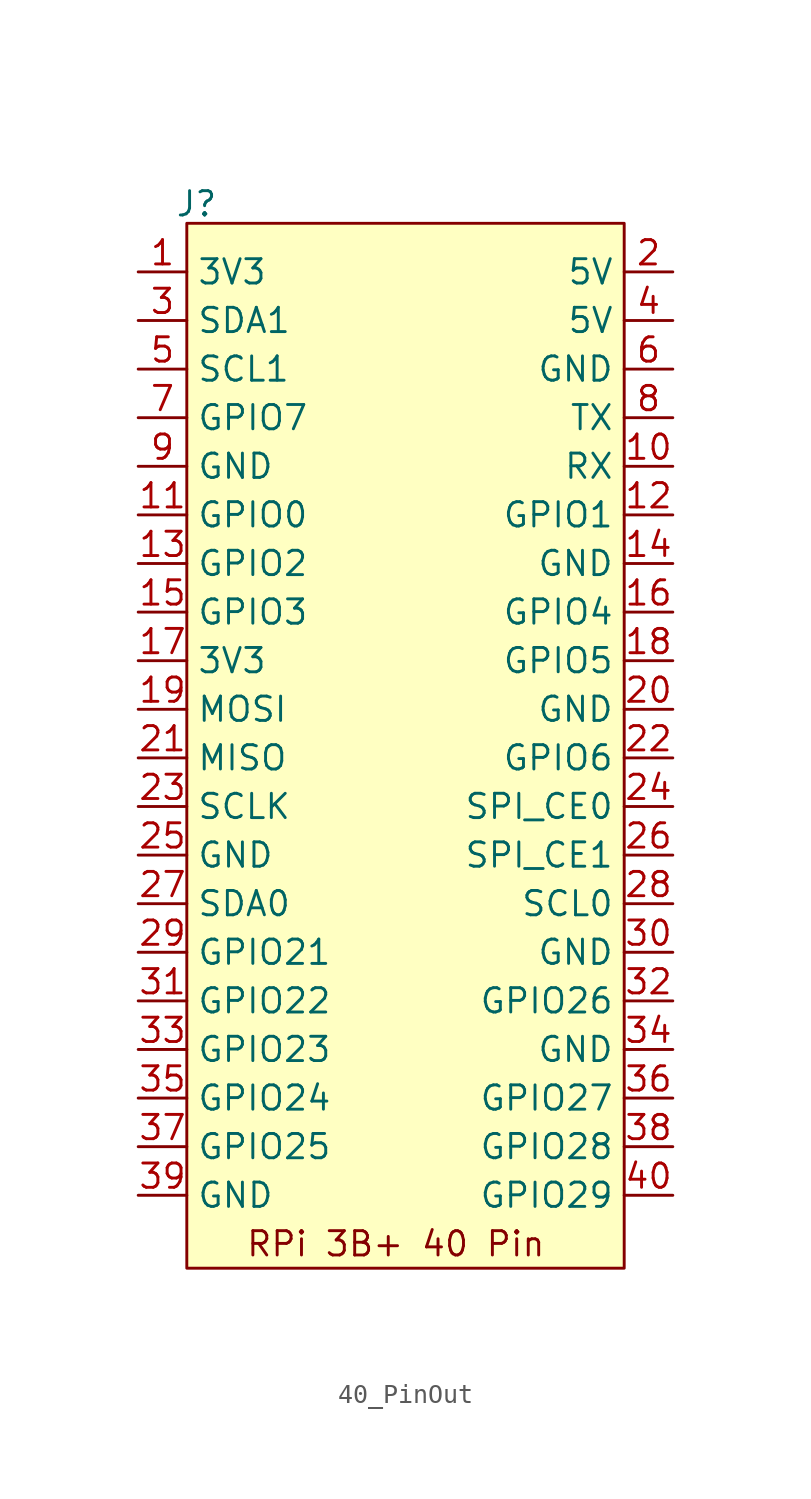
<source format=kicad_sym>
(kicad_symbol_lib
  (version 20241209)
  (generator "kicad_symbol_editor")
  (generator_version "9.0")
  (symbol "40_PinOut"
    (property "Reference" "J"
      (at -10.922 27.686 0)
      (effects (font (size 1.27 1.27))))
    (property "Value" ""
      (at 0 0 0)
      (effects (font (size 1.27 1.27))))
    (symbol "40_PinOut_1_1"
      (rectangle (start -11.43 26.67) (end 11.43 -27.94) (stroke (width 0) (type solid)) (fill (type background)))
      (text "RPi 3B+ 40 Pin" (at -0.508 -26.67 0) (effects (font (size 1.27 1.27))))
      (pin power_out line (at -13.97 24.13 0) (length 2.54) (name "3V3" (effects (font (size 1.27 1.27)))) (number "1" (effects (font (size 1.27 1.27)))))
      (pin bidirectional line (at -13.97 21.59 0) (length 2.54) (name "SDA1" (effects (font (size 1.27 1.27)))) (number "3" (effects (font (size 1.27 1.27)))))
      (pin bidirectional line (at -13.97 19.05 0) (length 2.54) (name "SCL1" (effects (font (size 1.27 1.27)))) (number "5" (effects (font (size 1.27 1.27)))))
      (pin bidirectional line (at -13.97 16.51 0) (length 2.54) (name "GPIO7" (effects (font (size 1.27 1.27)))) (number "7" (effects (font (size 1.27 1.27)))))
      (pin power_in line (at -13.97 13.97 0) (length 2.54) (name "GND" (effects (font (size 1.27 1.27)))) (number "9" (effects (font (size 1.27 1.27)))))
      (pin bidirectional line (at -13.97 11.43 0) (length 2.54) (name "GPIO0" (effects (font (size 1.27 1.27)))) (number "11" (effects (font (size 1.27 1.27)))))
      (pin bidirectional line (at -13.97 8.89 0) (length 2.54) (name "GPIO2" (effects (font (size 1.27 1.27)))) (number "13" (effects (font (size 1.27 1.27)))))
      (pin bidirectional line (at -13.97 6.35 0) (length 2.54) (name "GPIO3" (effects (font (size 1.27 1.27)))) (number "15" (effects (font (size 1.27 1.27)))))
      (pin power_out line (at -13.97 3.81 0) (length 2.54) (name "3V3" (effects (font (size 1.27 1.27)))) (number "17" (effects (font (size 1.27 1.27)))))
      (pin bidirectional line (at -13.97 1.27 0) (length 2.54) (name "MOSI" (effects (font (size 1.27 1.27)))) (number "19" (effects (font (size 1.27 1.27)))))
      (pin bidirectional line (at -13.97 -1.27 0) (length 2.54) (name "MISO" (effects (font (size 1.27 1.27)))) (number "21" (effects (font (size 1.27 1.27)))))
      (pin bidirectional line (at -13.97 -3.81 0) (length 2.54) (name "SCLK" (effects (font (size 1.27 1.27)))) (number "23" (effects (font (size 1.27 1.27)))))
      (pin power_in line (at -13.97 -6.35 0) (length 2.54) (name "GND" (effects (font (size 1.27 1.27)))) (number "25" (effects (font (size 1.27 1.27)))))
      (pin bidirectional line (at -13.97 -8.89 0) (length 2.54) (name "SDA0" (effects (font (size 1.27 1.27)))) (number "27" (effects (font (size 1.27 1.27)))))
      (pin bidirectional line (at -13.97 -11.43 0) (length 2.54) (name "GPIO21" (effects (font (size 1.27 1.27)))) (number "29" (effects (font (size 1.27 1.27)))))
      (pin bidirectional line (at -13.97 -13.97 0) (length 2.54) (name "GPIO22" (effects (font (size 1.27 1.27)))) (number "31" (effects (font (size 1.27 1.27)))))
      (pin bidirectional line (at -13.97 -16.51 0) (length 2.54) (name "GPIO23" (effects (font (size 1.27 1.27)))) (number "33" (effects (font (size 1.27 1.27)))))
      (pin bidirectional line (at -13.97 -19.05 0) (length 2.54) (name "GPIO24" (effects (font (size 1.27 1.27)))) (number "35" (effects (font (size 1.27 1.27)))))
      (pin bidirectional line (at -13.97 -21.59 0) (length 2.54) (name "GPIO25" (effects (font (size 1.27 1.27)))) (number "37" (effects (font (size 1.27 1.27)))))
      (pin power_in line (at -13.97 -24.13 0) (length 2.54) (name "GND" (effects (font (size 1.27 1.27)))) (number "39" (effects (font (size 1.27 1.27)))))
      (pin power_out line (at 13.97 24.13 180) (length 2.54) (name "5V" (effects (font (size 1.27 1.27)))) (number "2" (effects (font (size 1.27 1.27)))))
      (pin power_out line (at 13.97 21.59 180) (length 2.54) (name "5V" (effects (font (size 1.27 1.27)))) (number "4" (effects (font (size 1.27 1.27)))))
      (pin power_in line (at 13.97 19.05 180) (length 2.54) (name "GND" (effects (font (size 1.27 1.27)))) (number "6" (effects (font (size 1.27 1.27)))))
      (pin bidirectional line (at 13.97 16.51 180) (length 2.54) (name "TX" (effects (font (size 1.27 1.27)))) (number "8" (effects (font (size 1.27 1.27)))))
      (pin bidirectional line (at 13.97 13.97 180) (length 2.54) (name "RX" (effects (font (size 1.27 1.27)))) (number "10" (effects (font (size 1.27 1.27)))))
      (pin bidirectional line (at 13.97 11.43 180) (length 2.54) (name "GPIO1" (effects (font (size 1.27 1.27)))) (number "12" (effects (font (size 1.27 1.27)))))
      (pin power_in line (at 13.97 8.89 180) (length 2.54) (name "GND" (effects (font (size 1.27 1.27)))) (number "14" (effects (font (size 1.27 1.27)))))
      (pin bidirectional line (at 13.97 6.35 180) (length 2.54) (name "GPIO4" (effects (font (size 1.27 1.27)))) (number "16" (effects (font (size 1.27 1.27)))))
      (pin bidirectional line (at 13.97 3.81 180) (length 2.54) (name "GPIO5" (effects (font (size 1.27 1.27)))) (number "18" (effects (font (size 1.27 1.27)))))
      (pin power_in line (at 13.97 1.27 180) (length 2.54) (name "GND" (effects (font (size 1.27 1.27)))) (number "20" (effects (font (size 1.27 1.27)))))
      (pin bidirectional line (at 13.97 -1.27 180) (length 2.54) (name "GPIO6" (effects (font (size 1.27 1.27)))) (number "22" (effects (font (size 1.27 1.27)))))
      (pin bidirectional line (at 13.97 -3.81 180) (length 2.54) (name "SPI_CE0" (effects (font (size 1.27 1.27)))) (number "24" (effects (font (size 1.27 1.27)))))
      (pin bidirectional line (at 13.97 -6.35 180) (length 2.54) (name "SPI_CE1" (effects (font (size 1.27 1.27)))) (number "26" (effects (font (size 1.27 1.27)))))
      (pin bidirectional line (at 13.97 -8.89 180) (length 2.54) (name "SCL0" (effects (font (size 1.27 1.27)))) (number "28" (effects (font (size 1.27 1.27)))))
      (pin power_in line (at 13.97 -11.43 180) (length 2.54) (name "GND" (effects (font (size 1.27 1.27)))) (number "30" (effects (font (size 1.27 1.27)))))
      (pin bidirectional line (at 13.97 -13.97 180) (length 2.54) (name "GPIO26" (effects (font (size 1.27 1.27)))) (number "32" (effects (font (size 1.27 1.27)))))
      (pin power_in line (at 13.97 -16.51 180) (length 2.54) (name "GND" (effects (font (size 1.27 1.27)))) (number "34" (effects (font (size 1.27 1.27)))))
      (pin bidirectional line (at 13.97 -19.05 180) (length 2.54) (name "GPIO27" (effects (font (size 1.27 1.27)))) (number "36" (effects (font (size 1.27 1.27)))))
      (pin bidirectional line (at 13.97 -21.59 180) (length 2.54) (name "GPIO28" (effects (font (size 1.27 1.27)))) (number "38" (effects (font (size 1.27 1.27)))))
      (pin bidirectional line (at 13.97 -24.13 180) (length 2.54) (name "GPIO29" (effects (font (size 1.27 1.27)))) (number "40" (effects (font (size 1.27 1.27))))))))
</source>
